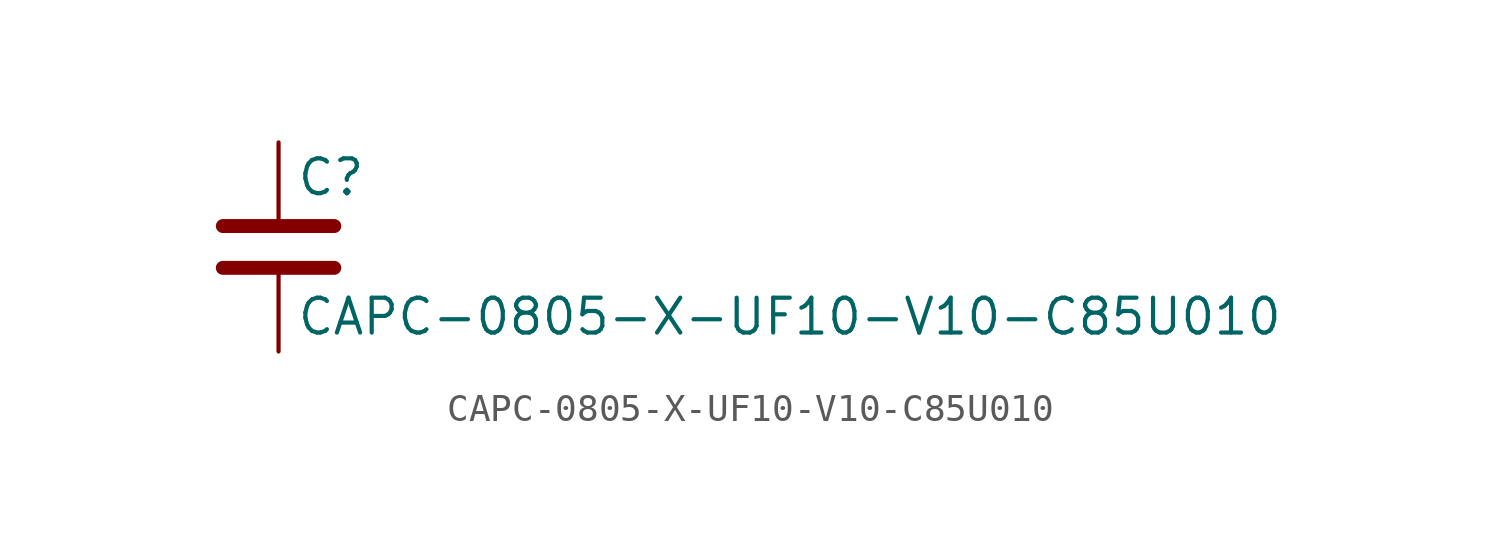
<source format=kicad_sym>
(kicad_symbol_lib
  (version 20211014)
  (generator kicad_symbol_editor)
  (symbol "CAPC-0805-X-UF10-V10-C85U010"
    (pin_numbers hide)
    (pin_names
      (offset 0.254))
    (property "Reference" "C"
      (at 0.635 2.54 0)
      (effects (font (size 1.27 1.27)) (justify left)))
    (property "Value" "CAPC-0805-X-UF10-V10-C85U010"
      (at 0.635 -2.54 0)
      (effects (font (size 1.27 1.27)) (justify left)))
    (symbol "CAPC-0805-X-UF10-V10-C85U010_0_1"
      (polyline (pts (xy -2.032 -0.762) (xy 2.032 -0.762)) (stroke (width 0.508) (type default) (color 0 0 0 0)) (fill (type none)))
      (polyline (pts (xy -2.032 0.762) (xy 2.032 0.762)) (stroke (width 0.508) (type default) (color 0 0 0 0)) (fill (type none))))
    (symbol "CAPC-0805-X-UF10-V10-C85U010_1_1"
      (pin passive line (at 0 3.81 270) (length 2.794) (name "~" (effects (font (size 1.27 1.27)))) (number "1" (effects (font (size 1.27 1.27)))))
      (pin passive line (at 0 -3.81 90) (length 2.794) (name "~" (effects (font (size 1.27 1.27)))) (number "2" (effects (font (size 1.27 1.27))))))))
</source>
